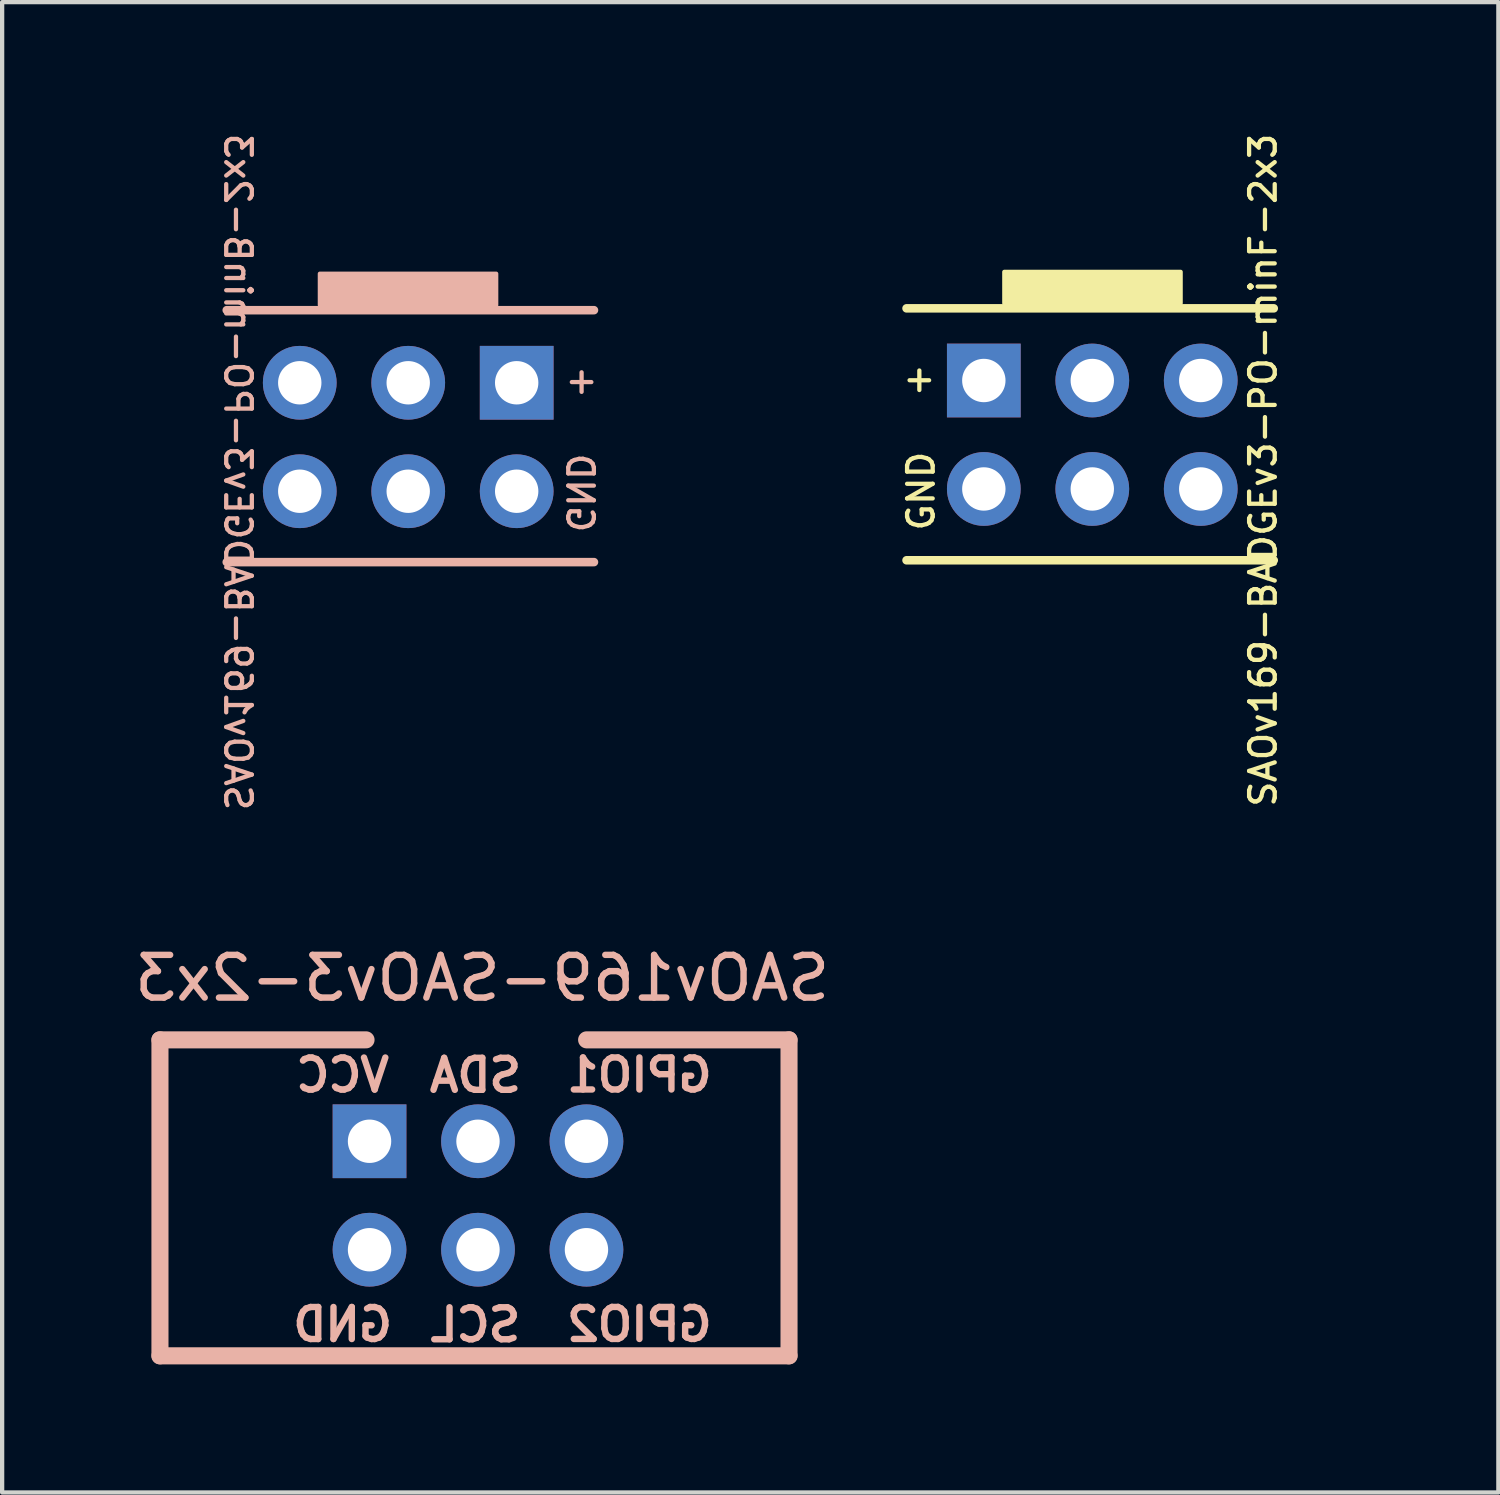
<source format=kicad_pcb>
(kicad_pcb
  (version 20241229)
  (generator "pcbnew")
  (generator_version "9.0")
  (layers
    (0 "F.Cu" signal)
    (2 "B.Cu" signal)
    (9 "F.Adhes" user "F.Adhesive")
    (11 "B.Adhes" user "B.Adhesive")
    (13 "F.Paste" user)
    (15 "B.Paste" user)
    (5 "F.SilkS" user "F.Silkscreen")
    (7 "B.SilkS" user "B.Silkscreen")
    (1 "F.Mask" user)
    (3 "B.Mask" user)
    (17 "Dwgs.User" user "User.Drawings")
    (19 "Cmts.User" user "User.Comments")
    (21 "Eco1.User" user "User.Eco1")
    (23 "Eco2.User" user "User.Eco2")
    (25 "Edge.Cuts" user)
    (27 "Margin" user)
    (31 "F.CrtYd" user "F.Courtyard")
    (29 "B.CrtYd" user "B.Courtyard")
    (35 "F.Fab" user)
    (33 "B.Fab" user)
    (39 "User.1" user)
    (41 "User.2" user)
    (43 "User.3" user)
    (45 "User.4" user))
  (footprint "SAOv169-SAOv3-2x3"
    (layer "F.Cu")
    (at 8.084 24.927)
    (property "Reference" "SAOv169-SAOv3-2x3" (at 0.16 -5.07 0) (layer "B.SilkS") (effects (font (size 1 1) (thickness 0.15)) (justify mirror)))
    (attr through_hole)
    (fp_line (start -7.388 -3.625) (end -7.388 3.775) (stroke (width 0.4) (type solid)) (layer "B.SilkS"))
    (fp_line (start -7.388 3.775) (end 7.344 3.775) (stroke (width 0.4) (type solid)) (layer "B.SilkS"))
    (fp_line (start -2.562 -3.625) (end -7.388 -3.625) (stroke (width 0.4) (type solid)) (layer "B.SilkS"))
    (fp_line (start 7.344 -3.625) (end 2.604 -3.625) (stroke (width 0.4) (type solid)) (layer "B.SilkS"))
    (fp_line (start 7.344 -3.625) (end 7.344 3.775) (stroke (width 0.4) (type solid)) (layer "B.SilkS"))
    (fp_text user "SCL" (at 0 3.048 0) (layer "B.SilkS") (effects (font (size 0.75 0.75) (thickness 0.15)) (justify mirror)))
    (fp_text user "GND" (at -3.11 3.042 0) (unlocked yes) (layer "B.SilkS") (effects (font (size 0.75 0.75) (thickness 0.15)) (justify mirror)))
    (fp_text user "SDA" (at 0 -2.794 0) (unlocked yes) (layer "B.SilkS") (effects (font (size 0.75 0.75) (thickness 0.15)) (justify mirror)))
    (fp_text user "GPIO1" (at 3.84 -2.802 0) (unlocked yes) (layer "B.SilkS") (effects (font (size 0.75 0.75) (thickness 0.15)) (justify mirror)))
    (fp_text user "VCC" (at -3.11 -2.8 0) (unlocked yes) (layer "B.SilkS") (effects (font (size 0.75 0.75) (thickness 0.15)) (justify mirror)))
    (fp_text user "GPIO2" (at 3.84 3.04 0) (layer "B.SilkS") (effects (font (size 0.75 0.75) (thickness 0.15)) (justify mirror)))
    (pad "1" thru_hole rect (at -2.48 -1.25 270) (size 1.727 1.727) (drill 1.016) (layers "*.Cu" "*.Mask"))
    (pad "2" thru_hole circle (at -2.48 1.29 270) (size 1.727 1.727) (drill 1.016) (layers "*.Cu" "*.Mask"))
    (pad "3" thru_hole oval (at 0.06 -1.25 270) (size 1.727 1.727) (drill 1.016) (layers "*.Cu" "*.Mask"))
    (pad "4" thru_hole oval (at 0.06 1.29 270) (size 1.727 1.727) (drill 1.016) (layers "*.Cu" "*.Mask"))
    (pad "5" thru_hole circle (at 2.6 -1.25 270) (size 1.727 1.727) (drill 1.016) (layers "*.Cu" "*.Mask"))
    (pad "6" thru_hole circle (at 2.6 1.29 270) (size 1.727 1.727) (drill 1.016) (layers "*.Cu" "*.Mask")))
  (footprint "SAOv169-BADGEv3-PO-minF-2x3"
    (layer "F.Cu")
    (at 22.48 7.121)
    (property "Reference" "SAOv169-BADGEv3-PO-minF-2x3" (at 4.05 0.84 90) (unlocked yes) (layer "F.SilkS") (effects (font (size 0.6 0.6) (thickness 0.1))))
    (attr through_hole)
    (fp_line (start -4.3 -2.95) (end 4.3 -2.95) (stroke (width 0.2) (type solid)) (layer "F.SilkS"))
    (fp_line (start 4.3 2.95) (end -4.3 2.95) (stroke (width 0.2) (type solid)) (layer "F.SilkS"))
    (fp_poly (pts (xy 2.119 -3.071) (xy -2.01 -3.071) (xy -2.01 -3.804) (xy 2.119 -3.804)) (stroke (width 0.1) (type solid)) (fill yes) (layer "F.SilkS"))
    (fp_line (start -6.4 -2.89) (end 6.5 -2.89) (stroke (width 0.12) (type default)) (layer "User.9"))
    (fp_line (start -6.4 2.91) (end -6.4 -2.89) (stroke (width 0.12) (type default)) (layer "User.9"))
    (fp_line (start -6.4 2.91) (end 6.5 2.91) (stroke (width 0.12) (type default)) (layer "User.9"))
    (fp_line (start -2 -3.79) (end -2 -2.89) (stroke (width 0.12) (type default)) (layer "User.9"))
    (fp_line (start -2 -3.79) (end 2.1 -3.79) (stroke (width 0.12) (type default)) (layer "User.9"))
    (fp_line (start 2.1 -3.79) (end 2.1 -2.89) (stroke (width 0.12) (type default)) (layer "User.9"))
    (fp_line (start 6.5 -2.89) (end 6.5 2.91) (stroke (width 0.12) (type default)) (layer "User.9"))
    (fp_rect (start -1.63 -2.12) (end -3.33 -0.42) (stroke (width 0.1) (type default)) (fill no) (layer "User.9"))
    (fp_circle (center -2.49 1.28) (end -3.354 1.28) (stroke (width 0.1) (type default)) (fill no) (layer "User.9"))
    (fp_circle (center 0.05 -1.26) (end -0.814 -1.26) (stroke (width 0.1) (type default)) (fill no) (layer "User.9"))
    (fp_circle (center 0.05 1.28) (end -0.814 1.28) (stroke (width 0.1) (type default)) (fill no) (layer "User.9"))
    (fp_circle (center 2.59 -1.26) (end 1.726 -1.26) (stroke (width 0.1) (type default)) (fill no) (layer "User.9"))
    (fp_circle (center 2.59 1.28) (end 1.726 1.28) (stroke (width 0.1) (type default)) (fill no) (layer "User.9"))
    (fp_text user "GND" (at -3.96 1.33 90) (unlocked yes) (layer "F.SilkS") (effects (font (size 0.6 0.6) (thickness 0.1))))
    (fp_text user "+" (at -4 -1.31 0) (unlocked yes) (layer "F.SilkS") (effects (font (size 0.6 0.6) (thickness 0.1))))
    (pad "1" thru_hole rect (at -2.49 -1.26 270) (size 1.727 1.727) (drill 1.016) (layers "*.Cu" "*.Mask"))
    (pad "2" thru_hole circle (at -2.49 1.28 270) (size 1.727 1.727) (drill 1.016) (layers "*.Cu" "*.Mask"))
    (pad "3" thru_hole oval (at 0.05 -1.26 270) (size 1.727 1.727) (drill 1.016) (layers "*.Cu" "*.Mask"))
    (pad "4" thru_hole oval (at 0.05 1.28 270) (size 1.727 1.727) (drill 1.016) (layers "*.Cu" "*.Mask"))
    (pad "5" thru_hole circle (at 2.59 -1.26 270) (size 1.727 1.727) (drill 1.016) (layers "*.Cu" "*.Mask"))
    (pad "6" thru_hole circle (at 2.59 1.28 270) (size 1.727 1.727) (drill 1.016) (layers "*.Cu" "*.Mask")))
  (footprint "SAOv169-BADGEv3-PO-minB-2x3"
    (layer "F.Cu")
    (at 6.56 7.164)
    (property "Reference" "SAOv169-BADGEv3-PO-minB-2x3" (at -4.04 0.84 270) (unlocked yes) (layer "B.SilkS") (effects (font (size 0.6 0.6) (thickness 0.1)) (justify mirror)))
    (attr through_hole)
    (fp_line (start -4.3 2.95) (end 4.3 2.95) (stroke (width 0.2) (type solid)) (layer "B.SilkS"))
    (fp_line (start 4.3 -2.95) (end -4.3 -2.95) (stroke (width 0.2) (type solid)) (layer "B.SilkS"))
    (fp_poly (pts (xy -2.119 -3.071) (xy 2.01 -3.071) (xy 2.01 -3.804) (xy -2.119 -3.804)) (stroke (width 0.1) (type solid)) (fill yes) (layer "B.SilkS"))
    (fp_line (start -6.5 -2.88) (end -6.5 2.92) (stroke (width 0.12) (type default)) (layer "User.9"))
    (fp_line (start -2.1 -3.78) (end -2.1 -2.88) (stroke (width 0.12) (type default)) (layer "User.9"))
    (fp_line (start 2 -3.78) (end -2.1 -3.78) (stroke (width 0.12) (type default)) (layer "User.9"))
    (fp_line (start 2 -3.78) (end 2 -2.88) (stroke (width 0.12) (type default)) (layer "User.9"))
    (fp_line (start 6.4 -2.88) (end -6.5 -2.88) (stroke (width 0.12) (type default)) (layer "User.9"))
    (fp_line (start 6.4 2.92) (end -6.5 2.92) (stroke (width 0.12) (type default)) (layer "User.9"))
    (fp_line (start 6.4 2.92) (end 6.4 -2.88) (stroke (width 0.12) (type default)) (layer "User.9"))
    (fp_rect (start 1.63 -2.11) (end 3.33 -0.41) (stroke (width 0.1) (type default)) (fill no) (layer "User.9"))
    (fp_circle (center -2.59 -1.25) (end -1.726 -1.25) (stroke (width 0.1) (type default)) (fill no) (layer "User.9"))
    (fp_circle (center -2.59 1.29) (end -1.726 1.29) (stroke (width 0.1) (type default)) (fill no) (layer "User.9"))
    (fp_circle (center -0.05 -1.25) (end 0.814 -1.25) (stroke (width 0.1) (type default)) (fill no) (layer "User.9"))
    (fp_circle (center -0.05 1.29) (end 0.814 1.29) (stroke (width 0.1) (type default)) (fill no) (layer "User.9"))
    (fp_circle (center 2.49 1.29) (end 3.354 1.29) (stroke (width 0.1) (type default)) (fill no) (layer "User.9"))
    (fp_text user "GND" (at 3.97 1.33 270) (unlocked yes) (layer "B.SilkS") (effects (font (size 0.6 0.6) (thickness 0.1)) (justify mirror)))
    (fp_text user "+" (at 4.01 -1.31 0) (unlocked yes) (layer "B.SilkS") (effects (font (size 0.6 0.6) (thickness 0.1)) (justify mirror)))
    (pad "1" thru_hole rect (at 2.49 -1.25 90) (size 1.727 1.727) (drill 1.016) (layers "*.Cu" "*.Mask"))
    (pad "2" thru_hole circle (at 2.49 1.29 90) (size 1.727 1.727) (drill 1.016) (layers "*.Cu" "*.Mask"))
    (pad "3" thru_hole oval (at -0.05 -1.25 90) (size 1.727 1.727) (drill 1.016) (layers "*.Cu" "*.Mask"))
    (pad "4" thru_hole oval (at -0.05 1.29 90) (size 1.727 1.727) (drill 1.016) (layers "*.Cu" "*.Mask"))
    (pad "5" thru_hole circle (at -2.59 -1.25 90) (size 1.727 1.727) (drill 1.016) (layers "*.Cu" "*.Mask"))
    (pad "6" thru_hole circle (at -2.59 1.29 90) (size 1.727 1.727) (drill 1.016) (layers "*.Cu" "*.Mask")))
  (gr_rect
    (start -3 -3)
    (end 32.04 31.902)
    (stroke (width 0.1) (type default))
    (fill no)
    (layer "Edge.Cuts")))
</source>
